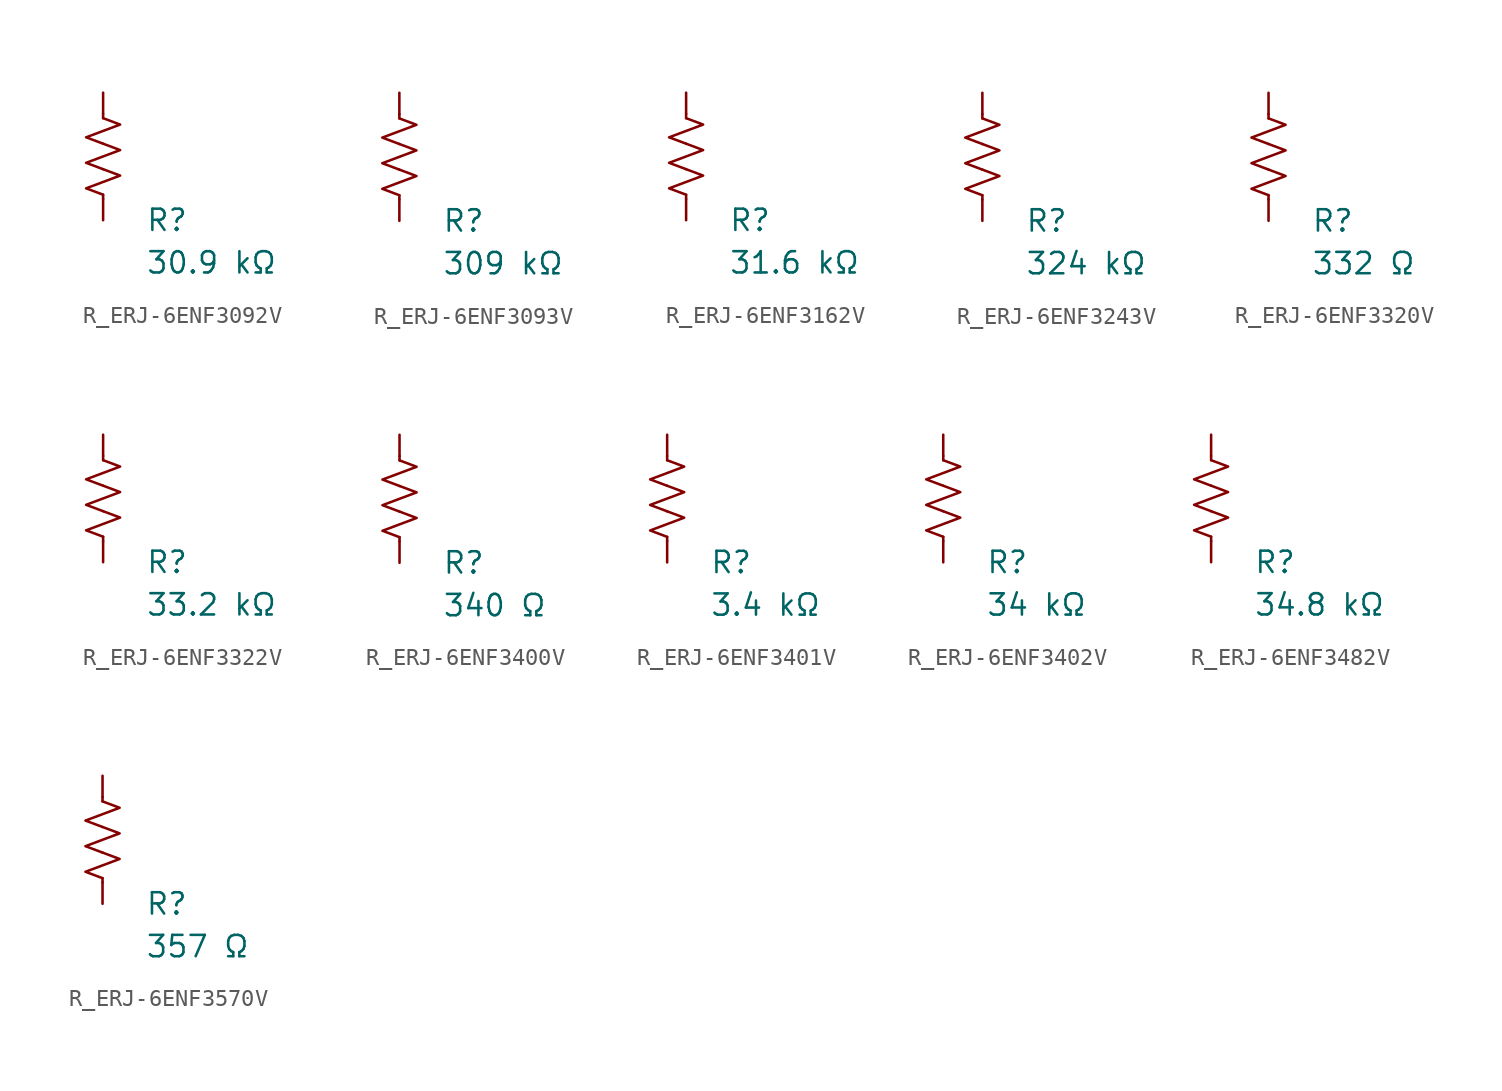
<source format=kicad_sym>
(kicad_symbol_lib
  (version 20231120)
  (generator "kicad_symbol_editor")
  (generator_version "8.0")
  (symbol "R_ERJ-6ENF3092V"
    (pin_numbers hide)
    (pin_names
      (offset 0))
    (property "Reference" "R"
      (at 2.54 -3.81 0)
      (effects (font (size 1.27 1.27)) (justify left))
      (show_name no))
    (property "Value" "30.9 kΩ"
      (at 2.54 -6.35 0)
      (effects (font (size 1.27 1.27)) (justify left))
      (show_name no))
    (symbol "R_ERJ-6ENF3092V_0_1"
      (polyline (pts (xy 0 -2.286) (xy 0 -2.54)) (stroke (width 0) (type default)) (fill (type none)))
      (polyline (pts (xy 0 2.286) (xy 0 2.54)) (stroke (width 0) (type default)) (fill (type none)))
      (polyline (pts (xy 0 -0.762) (xy 1.016 -1.143) (xy 0 -1.524) (xy -1.016 -1.905) (xy 0 -2.286)) (stroke (width 0) (type default)) (fill (type none)))
      (polyline (pts (xy 0 0.762) (xy 1.016 0.381) (xy 0 0) (xy -1.016 -0.381) (xy 0 -0.762)) (stroke (width 0) (type default)) (fill (type none)))
      (polyline (pts (xy 0 2.286) (xy 1.016 1.905) (xy 0 1.524) (xy -1.016 1.143) (xy 0 0.762)) (stroke (width 0) (type default)) (fill (type none))))
    (symbol "R_ERJ-6ENF3092V_1_1"
      (pin passive line (at 0 3.81 270) (length 1.27) (name "~" (effects (font (size 1.27 1.27)))) (number "1" (effects (font (size 1.27 1.27)))))
      (pin passive line (at 0 -3.81 90) (length 1.27) (name "~" (effects (font (size 1.27 1.27)))) (number "2" (effects (font (size 1.27 1.27)))))))
  (symbol "R_ERJ-6ENF3093V"
    (pin_numbers hide)
    (pin_names
      (offset 0))
    (property "Reference" "R"
      (at 2.54 -3.81 0)
      (effects (font (size 1.27 1.27)) (justify left))
      (show_name no))
    (property "Value" "309 kΩ"
      (at 2.54 -6.35 0)
      (effects (font (size 1.27 1.27)) (justify left))
      (show_name no))
    (symbol "R_ERJ-6ENF3093V_0_1"
      (polyline (pts (xy 0 -2.286) (xy 0 -2.54)) (stroke (width 0) (type default)) (fill (type none)))
      (polyline (pts (xy 0 2.286) (xy 0 2.54)) (stroke (width 0) (type default)) (fill (type none)))
      (polyline (pts (xy 0 -0.762) (xy 1.016 -1.143) (xy 0 -1.524) (xy -1.016 -1.905) (xy 0 -2.286)) (stroke (width 0) (type default)) (fill (type none)))
      (polyline (pts (xy 0 0.762) (xy 1.016 0.381) (xy 0 0) (xy -1.016 -0.381) (xy 0 -0.762)) (stroke (width 0) (type default)) (fill (type none)))
      (polyline (pts (xy 0 2.286) (xy 1.016 1.905) (xy 0 1.524) (xy -1.016 1.143) (xy 0 0.762)) (stroke (width 0) (type default)) (fill (type none))))
    (symbol "R_ERJ-6ENF3093V_1_1"
      (pin passive line (at 0 3.81 270) (length 1.27) (name "~" (effects (font (size 1.27 1.27)))) (number "1" (effects (font (size 1.27 1.27)))))
      (pin passive line (at 0 -3.81 90) (length 1.27) (name "~" (effects (font (size 1.27 1.27)))) (number "2" (effects (font (size 1.27 1.27)))))))
  (symbol "R_ERJ-6ENF3162V"
    (pin_numbers hide)
    (pin_names
      (offset 0))
    (property "Reference" "R"
      (at 2.54 -3.81 0)
      (effects (font (size 1.27 1.27)) (justify left))
      (show_name no))
    (property "Value" "31.6 kΩ"
      (at 2.54 -6.35 0)
      (effects (font (size 1.27 1.27)) (justify left))
      (show_name no))
    (symbol "R_ERJ-6ENF3162V_0_1"
      (polyline (pts (xy 0 -2.286) (xy 0 -2.54)) (stroke (width 0) (type default)) (fill (type none)))
      (polyline (pts (xy 0 2.286) (xy 0 2.54)) (stroke (width 0) (type default)) (fill (type none)))
      (polyline (pts (xy 0 -0.762) (xy 1.016 -1.143) (xy 0 -1.524) (xy -1.016 -1.905) (xy 0 -2.286)) (stroke (width 0) (type default)) (fill (type none)))
      (polyline (pts (xy 0 0.762) (xy 1.016 0.381) (xy 0 0) (xy -1.016 -0.381) (xy 0 -0.762)) (stroke (width 0) (type default)) (fill (type none)))
      (polyline (pts (xy 0 2.286) (xy 1.016 1.905) (xy 0 1.524) (xy -1.016 1.143) (xy 0 0.762)) (stroke (width 0) (type default)) (fill (type none))))
    (symbol "R_ERJ-6ENF3162V_1_1"
      (pin passive line (at 0 3.81 270) (length 1.27) (name "~" (effects (font (size 1.27 1.27)))) (number "1" (effects (font (size 1.27 1.27)))))
      (pin passive line (at 0 -3.81 90) (length 1.27) (name "~" (effects (font (size 1.27 1.27)))) (number "2" (effects (font (size 1.27 1.27)))))))
  (symbol "R_ERJ-6ENF3243V"
    (pin_numbers hide)
    (pin_names
      (offset 0))
    (property "Reference" "R"
      (at 2.54 -3.81 0)
      (effects (font (size 1.27 1.27)) (justify left))
      (show_name no))
    (property "Value" "324 kΩ"
      (at 2.54 -6.35 0)
      (effects (font (size 1.27 1.27)) (justify left))
      (show_name no))
    (symbol "R_ERJ-6ENF3243V_0_1"
      (polyline (pts (xy 0 -2.286) (xy 0 -2.54)) (stroke (width 0) (type default)) (fill (type none)))
      (polyline (pts (xy 0 2.286) (xy 0 2.54)) (stroke (width 0) (type default)) (fill (type none)))
      (polyline (pts (xy 0 -0.762) (xy 1.016 -1.143) (xy 0 -1.524) (xy -1.016 -1.905) (xy 0 -2.286)) (stroke (width 0) (type default)) (fill (type none)))
      (polyline (pts (xy 0 0.762) (xy 1.016 0.381) (xy 0 0) (xy -1.016 -0.381) (xy 0 -0.762)) (stroke (width 0) (type default)) (fill (type none)))
      (polyline (pts (xy 0 2.286) (xy 1.016 1.905) (xy 0 1.524) (xy -1.016 1.143) (xy 0 0.762)) (stroke (width 0) (type default)) (fill (type none))))
    (symbol "R_ERJ-6ENF3243V_1_1"
      (pin passive line (at 0 3.81 270) (length 1.27) (name "~" (effects (font (size 1.27 1.27)))) (number "1" (effects (font (size 1.27 1.27)))))
      (pin passive line (at 0 -3.81 90) (length 1.27) (name "~" (effects (font (size 1.27 1.27)))) (number "2" (effects (font (size 1.27 1.27)))))))
  (symbol "R_ERJ-6ENF3320V"
    (pin_numbers hide)
    (pin_names
      (offset 0))
    (property "Reference" "R"
      (at 2.54 -3.81 0)
      (effects (font (size 1.27 1.27)) (justify left))
      (show_name no))
    (property "Value" "332 Ω"
      (at 2.54 -6.35 0)
      (effects (font (size 1.27 1.27)) (justify left))
      (show_name no))
    (symbol "R_ERJ-6ENF3320V_0_1"
      (polyline (pts (xy 0 -2.286) (xy 0 -2.54)) (stroke (width 0) (type default)) (fill (type none)))
      (polyline (pts (xy 0 2.286) (xy 0 2.54)) (stroke (width 0) (type default)) (fill (type none)))
      (polyline (pts (xy 0 -0.762) (xy 1.016 -1.143) (xy 0 -1.524) (xy -1.016 -1.905) (xy 0 -2.286)) (stroke (width 0) (type default)) (fill (type none)))
      (polyline (pts (xy 0 0.762) (xy 1.016 0.381) (xy 0 0) (xy -1.016 -0.381) (xy 0 -0.762)) (stroke (width 0) (type default)) (fill (type none)))
      (polyline (pts (xy 0 2.286) (xy 1.016 1.905) (xy 0 1.524) (xy -1.016 1.143) (xy 0 0.762)) (stroke (width 0) (type default)) (fill (type none))))
    (symbol "R_ERJ-6ENF3320V_1_1"
      (pin passive line (at 0 3.81 270) (length 1.27) (name "~" (effects (font (size 1.27 1.27)))) (number "1" (effects (font (size 1.27 1.27)))))
      (pin passive line (at 0 -3.81 90) (length 1.27) (name "~" (effects (font (size 1.27 1.27)))) (number "2" (effects (font (size 1.27 1.27)))))))
  (symbol "R_ERJ-6ENF3322V"
    (pin_numbers hide)
    (pin_names
      (offset 0))
    (property "Reference" "R"
      (at 2.54 -3.81 0)
      (effects (font (size 1.27 1.27)) (justify left))
      (show_name no))
    (property "Value" "33.2 kΩ"
      (at 2.54 -6.35 0)
      (effects (font (size 1.27 1.27)) (justify left))
      (show_name no))
    (symbol "R_ERJ-6ENF3322V_0_1"
      (polyline (pts (xy 0 -2.286) (xy 0 -2.54)) (stroke (width 0) (type default)) (fill (type none)))
      (polyline (pts (xy 0 2.286) (xy 0 2.54)) (stroke (width 0) (type default)) (fill (type none)))
      (polyline (pts (xy 0 -0.762) (xy 1.016 -1.143) (xy 0 -1.524) (xy -1.016 -1.905) (xy 0 -2.286)) (stroke (width 0) (type default)) (fill (type none)))
      (polyline (pts (xy 0 0.762) (xy 1.016 0.381) (xy 0 0) (xy -1.016 -0.381) (xy 0 -0.762)) (stroke (width 0) (type default)) (fill (type none)))
      (polyline (pts (xy 0 2.286) (xy 1.016 1.905) (xy 0 1.524) (xy -1.016 1.143) (xy 0 0.762)) (stroke (width 0) (type default)) (fill (type none))))
    (symbol "R_ERJ-6ENF3322V_1_1"
      (pin passive line (at 0 3.81 270) (length 1.27) (name "~" (effects (font (size 1.27 1.27)))) (number "1" (effects (font (size 1.27 1.27)))))
      (pin passive line (at 0 -3.81 90) (length 1.27) (name "~" (effects (font (size 1.27 1.27)))) (number "2" (effects (font (size 1.27 1.27)))))))
  (symbol "R_ERJ-6ENF3400V"
    (pin_numbers hide)
    (pin_names
      (offset 0))
    (property "Reference" "R"
      (at 2.54 -3.81 0)
      (effects (font (size 1.27 1.27)) (justify left))
      (show_name no))
    (property "Value" "340 Ω"
      (at 2.54 -6.35 0)
      (effects (font (size 1.27 1.27)) (justify left))
      (show_name no))
    (symbol "R_ERJ-6ENF3400V_0_1"
      (polyline (pts (xy 0 -2.286) (xy 0 -2.54)) (stroke (width 0) (type default)) (fill (type none)))
      (polyline (pts (xy 0 2.286) (xy 0 2.54)) (stroke (width 0) (type default)) (fill (type none)))
      (polyline (pts (xy 0 -0.762) (xy 1.016 -1.143) (xy 0 -1.524) (xy -1.016 -1.905) (xy 0 -2.286)) (stroke (width 0) (type default)) (fill (type none)))
      (polyline (pts (xy 0 0.762) (xy 1.016 0.381) (xy 0 0) (xy -1.016 -0.381) (xy 0 -0.762)) (stroke (width 0) (type default)) (fill (type none)))
      (polyline (pts (xy 0 2.286) (xy 1.016 1.905) (xy 0 1.524) (xy -1.016 1.143) (xy 0 0.762)) (stroke (width 0) (type default)) (fill (type none))))
    (symbol "R_ERJ-6ENF3400V_1_1"
      (pin passive line (at 0 3.81 270) (length 1.27) (name "~" (effects (font (size 1.27 1.27)))) (number "1" (effects (font (size 1.27 1.27)))))
      (pin passive line (at 0 -3.81 90) (length 1.27) (name "~" (effects (font (size 1.27 1.27)))) (number "2" (effects (font (size 1.27 1.27)))))))
  (symbol "R_ERJ-6ENF3401V"
    (pin_numbers hide)
    (pin_names
      (offset 0))
    (property "Reference" "R"
      (at 2.54 -3.81 0)
      (effects (font (size 1.27 1.27)) (justify left))
      (show_name no))
    (property "Value" "3.4 kΩ"
      (at 2.54 -6.35 0)
      (effects (font (size 1.27 1.27)) (justify left))
      (show_name no))
    (symbol "R_ERJ-6ENF3401V_0_1"
      (polyline (pts (xy 0 -2.286) (xy 0 -2.54)) (stroke (width 0) (type default)) (fill (type none)))
      (polyline (pts (xy 0 2.286) (xy 0 2.54)) (stroke (width 0) (type default)) (fill (type none)))
      (polyline (pts (xy 0 -0.762) (xy 1.016 -1.143) (xy 0 -1.524) (xy -1.016 -1.905) (xy 0 -2.286)) (stroke (width 0) (type default)) (fill (type none)))
      (polyline (pts (xy 0 0.762) (xy 1.016 0.381) (xy 0 0) (xy -1.016 -0.381) (xy 0 -0.762)) (stroke (width 0) (type default)) (fill (type none)))
      (polyline (pts (xy 0 2.286) (xy 1.016 1.905) (xy 0 1.524) (xy -1.016 1.143) (xy 0 0.762)) (stroke (width 0) (type default)) (fill (type none))))
    (symbol "R_ERJ-6ENF3401V_1_1"
      (pin passive line (at 0 3.81 270) (length 1.27) (name "~" (effects (font (size 1.27 1.27)))) (number "1" (effects (font (size 1.27 1.27)))))
      (pin passive line (at 0 -3.81 90) (length 1.27) (name "~" (effects (font (size 1.27 1.27)))) (number "2" (effects (font (size 1.27 1.27)))))))
  (symbol "R_ERJ-6ENF3402V"
    (pin_numbers hide)
    (pin_names
      (offset 0))
    (property "Reference" "R"
      (at 2.54 -3.81 0)
      (effects (font (size 1.27 1.27)) (justify left))
      (show_name no))
    (property "Value" "34 kΩ"
      (at 2.54 -6.35 0)
      (effects (font (size 1.27 1.27)) (justify left))
      (show_name no))
    (symbol "R_ERJ-6ENF3402V_0_1"
      (polyline (pts (xy 0 -2.286) (xy 0 -2.54)) (stroke (width 0) (type default)) (fill (type none)))
      (polyline (pts (xy 0 2.286) (xy 0 2.54)) (stroke (width 0) (type default)) (fill (type none)))
      (polyline (pts (xy 0 -0.762) (xy 1.016 -1.143) (xy 0 -1.524) (xy -1.016 -1.905) (xy 0 -2.286)) (stroke (width 0) (type default)) (fill (type none)))
      (polyline (pts (xy 0 0.762) (xy 1.016 0.381) (xy 0 0) (xy -1.016 -0.381) (xy 0 -0.762)) (stroke (width 0) (type default)) (fill (type none)))
      (polyline (pts (xy 0 2.286) (xy 1.016 1.905) (xy 0 1.524) (xy -1.016 1.143) (xy 0 0.762)) (stroke (width 0) (type default)) (fill (type none))))
    (symbol "R_ERJ-6ENF3402V_1_1"
      (pin passive line (at 0 3.81 270) (length 1.27) (name "~" (effects (font (size 1.27 1.27)))) (number "1" (effects (font (size 1.27 1.27)))))
      (pin passive line (at 0 -3.81 90) (length 1.27) (name "~" (effects (font (size 1.27 1.27)))) (number "2" (effects (font (size 1.27 1.27)))))))
  (symbol "R_ERJ-6ENF3482V"
    (pin_numbers hide)
    (pin_names
      (offset 0))
    (property "Reference" "R"
      (at 2.54 -3.81 0)
      (effects (font (size 1.27 1.27)) (justify left))
      (show_name no))
    (property "Value" "34.8 kΩ"
      (at 2.54 -6.35 0)
      (effects (font (size 1.27 1.27)) (justify left))
      (show_name no))
    (symbol "R_ERJ-6ENF3482V_0_1"
      (polyline (pts (xy 0 -2.286) (xy 0 -2.54)) (stroke (width 0) (type default)) (fill (type none)))
      (polyline (pts (xy 0 2.286) (xy 0 2.54)) (stroke (width 0) (type default)) (fill (type none)))
      (polyline (pts (xy 0 -0.762) (xy 1.016 -1.143) (xy 0 -1.524) (xy -1.016 -1.905) (xy 0 -2.286)) (stroke (width 0) (type default)) (fill (type none)))
      (polyline (pts (xy 0 0.762) (xy 1.016 0.381) (xy 0 0) (xy -1.016 -0.381) (xy 0 -0.762)) (stroke (width 0) (type default)) (fill (type none)))
      (polyline (pts (xy 0 2.286) (xy 1.016 1.905) (xy 0 1.524) (xy -1.016 1.143) (xy 0 0.762)) (stroke (width 0) (type default)) (fill (type none))))
    (symbol "R_ERJ-6ENF3482V_1_1"
      (pin passive line (at 0 3.81 270) (length 1.27) (name "~" (effects (font (size 1.27 1.27)))) (number "1" (effects (font (size 1.27 1.27)))))
      (pin passive line (at 0 -3.81 90) (length 1.27) (name "~" (effects (font (size 1.27 1.27)))) (number "2" (effects (font (size 1.27 1.27)))))))
  (symbol "R_ERJ-6ENF3570V"
    (pin_numbers hide)
    (pin_names
      (offset 0))
    (property "Reference" "R"
      (at 2.54 -3.81 0)
      (effects (font (size 1.27 1.27)) (justify left))
      (show_name no))
    (property "Value" "357 Ω"
      (at 2.54 -6.35 0)
      (effects (font (size 1.27 1.27)) (justify left))
      (show_name no))
    (symbol "R_ERJ-6ENF3570V_0_1"
      (polyline (pts (xy 0 -2.286) (xy 0 -2.54)) (stroke (width 0) (type default)) (fill (type none)))
      (polyline (pts (xy 0 2.286) (xy 0 2.54)) (stroke (width 0) (type default)) (fill (type none)))
      (polyline (pts (xy 0 -0.762) (xy 1.016 -1.143) (xy 0 -1.524) (xy -1.016 -1.905) (xy 0 -2.286)) (stroke (width 0) (type default)) (fill (type none)))
      (polyline (pts (xy 0 0.762) (xy 1.016 0.381) (xy 0 0) (xy -1.016 -0.381) (xy 0 -0.762)) (stroke (width 0) (type default)) (fill (type none)))
      (polyline (pts (xy 0 2.286) (xy 1.016 1.905) (xy 0 1.524) (xy -1.016 1.143) (xy 0 0.762)) (stroke (width 0) (type default)) (fill (type none))))
    (symbol "R_ERJ-6ENF3570V_1_1"
      (pin passive line (at 0 3.81 270) (length 1.27) (name "~" (effects (font (size 1.27 1.27)))) (number "1" (effects (font (size 1.27 1.27)))))
      (pin passive line (at 0 -3.81 90) (length 1.27) (name "~" (effects (font (size 1.27 1.27)))) (number "2" (effects (font (size 1.27 1.27))))))))
</source>
